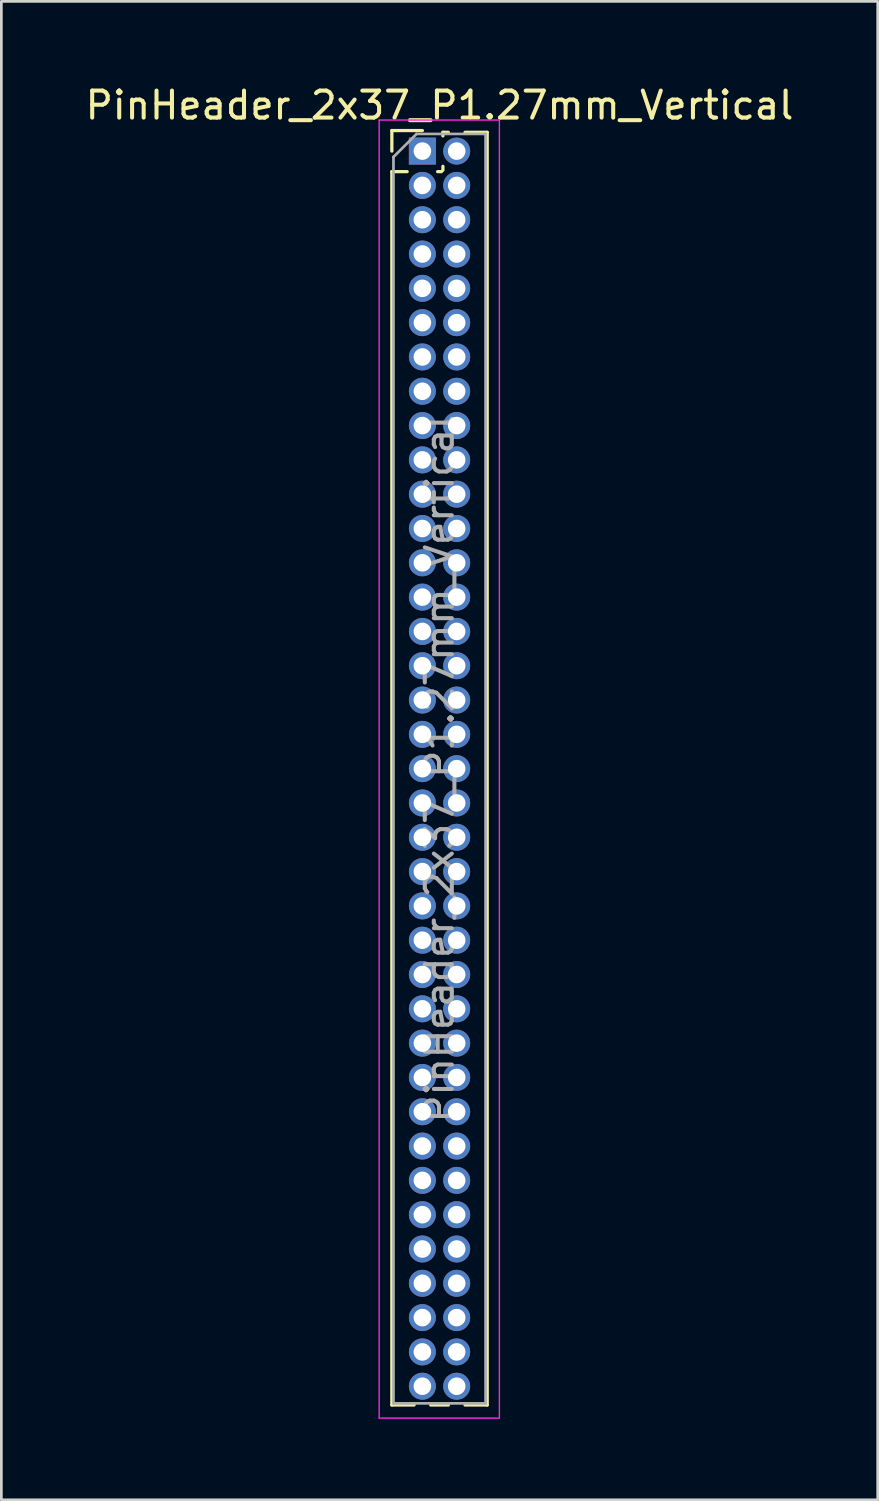
<source format=kicad_pcb>
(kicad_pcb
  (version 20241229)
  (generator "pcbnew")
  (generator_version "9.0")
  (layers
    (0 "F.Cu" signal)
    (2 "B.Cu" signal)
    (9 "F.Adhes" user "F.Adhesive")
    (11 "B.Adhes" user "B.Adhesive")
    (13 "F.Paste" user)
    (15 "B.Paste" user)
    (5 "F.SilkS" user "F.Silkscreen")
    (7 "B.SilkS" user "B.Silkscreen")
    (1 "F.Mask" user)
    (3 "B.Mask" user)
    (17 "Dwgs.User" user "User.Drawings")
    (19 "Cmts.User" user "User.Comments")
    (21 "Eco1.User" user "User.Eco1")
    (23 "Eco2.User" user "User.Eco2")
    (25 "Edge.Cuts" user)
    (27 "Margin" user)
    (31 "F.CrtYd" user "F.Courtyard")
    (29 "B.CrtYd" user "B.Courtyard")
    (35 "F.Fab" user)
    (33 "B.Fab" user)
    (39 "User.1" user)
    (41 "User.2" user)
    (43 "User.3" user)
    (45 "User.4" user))
  (footprint "PinHeader_2x37_P1.27mm_Vertical"
    (layer "F.Cu")
    (at 12.585 2.543)
    (property "Reference" "PinHeader_2x37_P1.27mm_Vertical" (at 0.635 -1.695 0) (layer "F.SilkS") (effects (font (size 1 1) (thickness 0.15))))
    (attr through_hole)
    (fp_line (start -1.13 -0.76) (end 0 -0.76) (stroke (width 0.12) (type solid)) (layer "F.SilkS"))
    (fp_line (start -1.13 0) (end -1.13 -0.76) (stroke (width 0.12) (type solid)) (layer "F.SilkS"))
    (fp_line (start -1.13 0.76) (end -1.13 46.415) (stroke (width 0.12) (type solid)) (layer "F.SilkS"))
    (fp_line (start -1.13 0.76) (end -0.563 0.76) (stroke (width 0.12) (type solid)) (layer "F.SilkS"))
    (fp_line (start -1.13 46.415) (end -0.308 46.415) (stroke (width 0.12) (type solid)) (layer "F.SilkS"))
    (fp_line (start 0.308 46.415) (end 0.962 46.415) (stroke (width 0.12) (type solid)) (layer "F.SilkS"))
    (fp_line (start 0.563 0.76) (end 0.707 0.76) (stroke (width 0.12) (type solid)) (layer "F.SilkS"))
    (fp_line (start 0.76 -0.695) (end 0.962 -0.695) (stroke (width 0.12) (type solid)) (layer "F.SilkS"))
    (fp_line (start 0.76 -0.563) (end 0.76 -0.695) (stroke (width 0.12) (type solid)) (layer "F.SilkS"))
    (fp_line (start 0.76 0.707) (end 0.76 0.563) (stroke (width 0.12) (type solid)) (layer "F.SilkS"))
    (fp_line (start 1.578 -0.695) (end 2.4 -0.695) (stroke (width 0.12) (type solid)) (layer "F.SilkS"))
    (fp_line (start 1.578 46.415) (end 2.4 46.415) (stroke (width 0.12) (type solid)) (layer "F.SilkS"))
    (fp_line (start 2.4 -0.695) (end 2.4 46.415) (stroke (width 0.12) (type solid)) (layer "F.SilkS"))
    (fp_line (start -1.6 -1.15) (end -1.6 46.9) (stroke (width 0.05) (type solid)) (layer "F.CrtYd"))
    (fp_line (start -1.6 46.9) (end 2.85 46.9) (stroke (width 0.05) (type solid)) (layer "F.CrtYd"))
    (fp_line (start 2.85 -1.15) (end -1.6 -1.15) (stroke (width 0.05) (type solid)) (layer "F.CrtYd"))
    (fp_line (start 2.85 46.9) (end 2.85 -1.15) (stroke (width 0.05) (type solid)) (layer "F.CrtYd"))
    (fp_line (start -1.07 0.217) (end -0.217 -0.635) (stroke (width 0.1) (type solid)) (layer "F.Fab"))
    (fp_line (start -1.07 46.355) (end -1.07 0.217) (stroke (width 0.1) (type solid)) (layer "F.Fab"))
    (fp_line (start -0.217 -0.635) (end 2.34 -0.635) (stroke (width 0.1) (type solid)) (layer "F.Fab"))
    (fp_line (start 2.34 -0.635) (end 2.34 46.355) (stroke (width 0.1) (type solid)) (layer "F.Fab"))
    (fp_line (start 2.34 46.355) (end -1.07 46.355) (stroke (width 0.1) (type solid)) (layer "F.Fab"))
    (fp_text user "${REFERENCE}" (at 0.635 22.86 90) (layer "F.Fab") (effects (font (size 1 1) (thickness 0.15))))
    (pad "1" thru_hole rect (at 0 0) (size 1 1) (drill 0.65) (layers "*.Cu" "*.Mask"))
    (pad "2" thru_hole oval (at 1.27 0) (size 1 1) (drill 0.65) (layers "*.Cu" "*.Mask"))
    (pad "3" thru_hole oval (at 0 1.27) (size 1 1) (drill 0.65) (layers "*.Cu" "*.Mask"))
    (pad "4" thru_hole oval (at 1.27 1.27) (size 1 1) (drill 0.65) (layers "*.Cu" "*.Mask"))
    (pad "5" thru_hole oval (at 0 2.54) (size 1 1) (drill 0.65) (layers "*.Cu" "*.Mask"))
    (pad "6" thru_hole oval (at 1.27 2.54) (size 1 1) (drill 0.65) (layers "*.Cu" "*.Mask"))
    (pad "7" thru_hole oval (at 0 3.81) (size 1 1) (drill 0.65) (layers "*.Cu" "*.Mask"))
    (pad "8" thru_hole oval (at 1.27 3.81) (size 1 1) (drill 0.65) (layers "*.Cu" "*.Mask"))
    (pad "9" thru_hole oval (at 0 5.08) (size 1 1) (drill 0.65) (layers "*.Cu" "*.Mask"))
    (pad "10" thru_hole oval (at 1.27 5.08) (size 1 1) (drill 0.65) (layers "*.Cu" "*.Mask"))
    (pad "11" thru_hole oval (at 0 6.35) (size 1 1) (drill 0.65) (layers "*.Cu" "*.Mask"))
    (pad "12" thru_hole oval (at 1.27 6.35) (size 1 1) (drill 0.65) (layers "*.Cu" "*.Mask"))
    (pad "13" thru_hole oval (at 0 7.62) (size 1 1) (drill 0.65) (layers "*.Cu" "*.Mask"))
    (pad "14" thru_hole oval (at 1.27 7.62) (size 1 1) (drill 0.65) (layers "*.Cu" "*.Mask"))
    (pad "15" thru_hole oval (at 0 8.89) (size 1 1) (drill 0.65) (layers "*.Cu" "*.Mask"))
    (pad "16" thru_hole oval (at 1.27 8.89) (size 1 1) (drill 0.65) (layers "*.Cu" "*.Mask"))
    (pad "17" thru_hole oval (at 0 10.16) (size 1 1) (drill 0.65) (layers "*.Cu" "*.Mask"))
    (pad "18" thru_hole oval (at 1.27 10.16) (size 1 1) (drill 0.65) (layers "*.Cu" "*.Mask"))
    (pad "19" thru_hole oval (at 0 11.43) (size 1 1) (drill 0.65) (layers "*.Cu" "*.Mask"))
    (pad "20" thru_hole oval (at 1.27 11.43) (size 1 1) (drill 0.65) (layers "*.Cu" "*.Mask"))
    (pad "21" thru_hole oval (at 0 12.7) (size 1 1) (drill 0.65) (layers "*.Cu" "*.Mask"))
    (pad "22" thru_hole oval (at 1.27 12.7) (size 1 1) (drill 0.65) (layers "*.Cu" "*.Mask"))
    (pad "23" thru_hole oval (at 0 13.97) (size 1 1) (drill 0.65) (layers "*.Cu" "*.Mask"))
    (pad "24" thru_hole oval (at 1.27 13.97) (size 1 1) (drill 0.65) (layers "*.Cu" "*.Mask"))
    (pad "25" thru_hole oval (at 0 15.24) (size 1 1) (drill 0.65) (layers "*.Cu" "*.Mask"))
    (pad "26" thru_hole oval (at 1.27 15.24) (size 1 1) (drill 0.65) (layers "*.Cu" "*.Mask"))
    (pad "27" thru_hole oval (at 0 16.51) (size 1 1) (drill 0.65) (layers "*.Cu" "*.Mask"))
    (pad "28" thru_hole oval (at 1.27 16.51) (size 1 1) (drill 0.65) (layers "*.Cu" "*.Mask"))
    (pad "29" thru_hole oval (at 0 17.78) (size 1 1) (drill 0.65) (layers "*.Cu" "*.Mask"))
    (pad "30" thru_hole oval (at 1.27 17.78) (size 1 1) (drill 0.65) (layers "*.Cu" "*.Mask"))
    (pad "31" thru_hole oval (at 0 19.05) (size 1 1) (drill 0.65) (layers "*.Cu" "*.Mask"))
    (pad "32" thru_hole oval (at 1.27 19.05) (size 1 1) (drill 0.65) (layers "*.Cu" "*.Mask"))
    (pad "33" thru_hole oval (at 0 20.32) (size 1 1) (drill 0.65) (layers "*.Cu" "*.Mask"))
    (pad "34" thru_hole oval (at 1.27 20.32) (size 1 1) (drill 0.65) (layers "*.Cu" "*.Mask"))
    (pad "35" thru_hole oval (at 0 21.59) (size 1 1) (drill 0.65) (layers "*.Cu" "*.Mask"))
    (pad "36" thru_hole oval (at 1.27 21.59) (size 1 1) (drill 0.65) (layers "*.Cu" "*.Mask"))
    (pad "37" thru_hole oval (at 0 22.86) (size 1 1) (drill 0.65) (layers "*.Cu" "*.Mask"))
    (pad "38" thru_hole oval (at 1.27 22.86) (size 1 1) (drill 0.65) (layers "*.Cu" "*.Mask"))
    (pad "39" thru_hole oval (at 0 24.13) (size 1 1) (drill 0.65) (layers "*.Cu" "*.Mask"))
    (pad "40" thru_hole oval (at 1.27 24.13) (size 1 1) (drill 0.65) (layers "*.Cu" "*.Mask"))
    (pad "41" thru_hole oval (at 0 25.4) (size 1 1) (drill 0.65) (layers "*.Cu" "*.Mask"))
    (pad "42" thru_hole oval (at 1.27 25.4) (size 1 1) (drill 0.65) (layers "*.Cu" "*.Mask"))
    (pad "43" thru_hole oval (at 0 26.67) (size 1 1) (drill 0.65) (layers "*.Cu" "*.Mask"))
    (pad "44" thru_hole oval (at 1.27 26.67) (size 1 1) (drill 0.65) (layers "*.Cu" "*.Mask"))
    (pad "45" thru_hole oval (at 0 27.94) (size 1 1) (drill 0.65) (layers "*.Cu" "*.Mask"))
    (pad "46" thru_hole oval (at 1.27 27.94) (size 1 1) (drill 0.65) (layers "*.Cu" "*.Mask"))
    (pad "47" thru_hole oval (at 0 29.21) (size 1 1) (drill 0.65) (layers "*.Cu" "*.Mask"))
    (pad "48" thru_hole oval (at 1.27 29.21) (size 1 1) (drill 0.65) (layers "*.Cu" "*.Mask"))
    (pad "49" thru_hole oval (at 0 30.48) (size 1 1) (drill 0.65) (layers "*.Cu" "*.Mask"))
    (pad "50" thru_hole oval (at 1.27 30.48) (size 1 1) (drill 0.65) (layers "*.Cu" "*.Mask"))
    (pad "51" thru_hole oval (at 0 31.75) (size 1 1) (drill 0.65) (layers "*.Cu" "*.Mask"))
    (pad "52" thru_hole oval (at 1.27 31.75) (size 1 1) (drill 0.65) (layers "*.Cu" "*.Mask"))
    (pad "53" thru_hole oval (at 0 33.02) (size 1 1) (drill 0.65) (layers "*.Cu" "*.Mask"))
    (pad "54" thru_hole oval (at 1.27 33.02) (size 1 1) (drill 0.65) (layers "*.Cu" "*.Mask"))
    (pad "55" thru_hole oval (at 0 34.29) (size 1 1) (drill 0.65) (layers "*.Cu" "*.Mask"))
    (pad "56" thru_hole oval (at 1.27 34.29) (size 1 1) (drill 0.65) (layers "*.Cu" "*.Mask"))
    (pad "57" thru_hole oval (at 0 35.56) (size 1 1) (drill 0.65) (layers "*.Cu" "*.Mask"))
    (pad "58" thru_hole oval (at 1.27 35.56) (size 1 1) (drill 0.65) (layers "*.Cu" "*.Mask"))
    (pad "59" thru_hole oval (at 0 36.83) (size 1 1) (drill 0.65) (layers "*.Cu" "*.Mask"))
    (pad "60" thru_hole oval (at 1.27 36.83) (size 1 1) (drill 0.65) (layers "*.Cu" "*.Mask"))
    (pad "61" thru_hole oval (at 0 38.1) (size 1 1) (drill 0.65) (layers "*.Cu" "*.Mask"))
    (pad "62" thru_hole oval (at 1.27 38.1) (size 1 1) (drill 0.65) (layers "*.Cu" "*.Mask"))
    (pad "63" thru_hole oval (at 0 39.37) (size 1 1) (drill 0.65) (layers "*.Cu" "*.Mask"))
    (pad "64" thru_hole oval (at 1.27 39.37) (size 1 1) (drill 0.65) (layers "*.Cu" "*.Mask"))
    (pad "65" thru_hole oval (at 0 40.64) (size 1 1) (drill 0.65) (layers "*.Cu" "*.Mask"))
    (pad "66" thru_hole oval (at 1.27 40.64) (size 1 1) (drill 0.65) (layers "*.Cu" "*.Mask"))
    (pad "67" thru_hole oval (at 0 41.91) (size 1 1) (drill 0.65) (layers "*.Cu" "*.Mask"))
    (pad "68" thru_hole oval (at 1.27 41.91) (size 1 1) (drill 0.65) (layers "*.Cu" "*.Mask"))
    (pad "69" thru_hole oval (at 0 43.18) (size 1 1) (drill 0.65) (layers "*.Cu" "*.Mask"))
    (pad "70" thru_hole oval (at 1.27 43.18) (size 1 1) (drill 0.65) (layers "*.Cu" "*.Mask"))
    (pad "71" thru_hole oval (at 0 44.45) (size 1 1) (drill 0.65) (layers "*.Cu" "*.Mask"))
    (pad "72" thru_hole oval (at 1.27 44.45) (size 1 1) (drill 0.65) (layers "*.Cu" "*.Mask"))
    (pad "73" thru_hole oval (at 0 45.72) (size 1 1) (drill 0.65) (layers "*.Cu" "*.Mask"))
    (pad "74" thru_hole oval (at 1.27 45.72) (size 1 1) (drill 0.65) (layers "*.Cu" "*.Mask")))
  (gr_rect
    (start -3 -3)
    (end 29.44 52.468)
    (stroke (width 0.1) (type default))
    (fill no)
    (layer "Edge.Cuts")))
</source>
